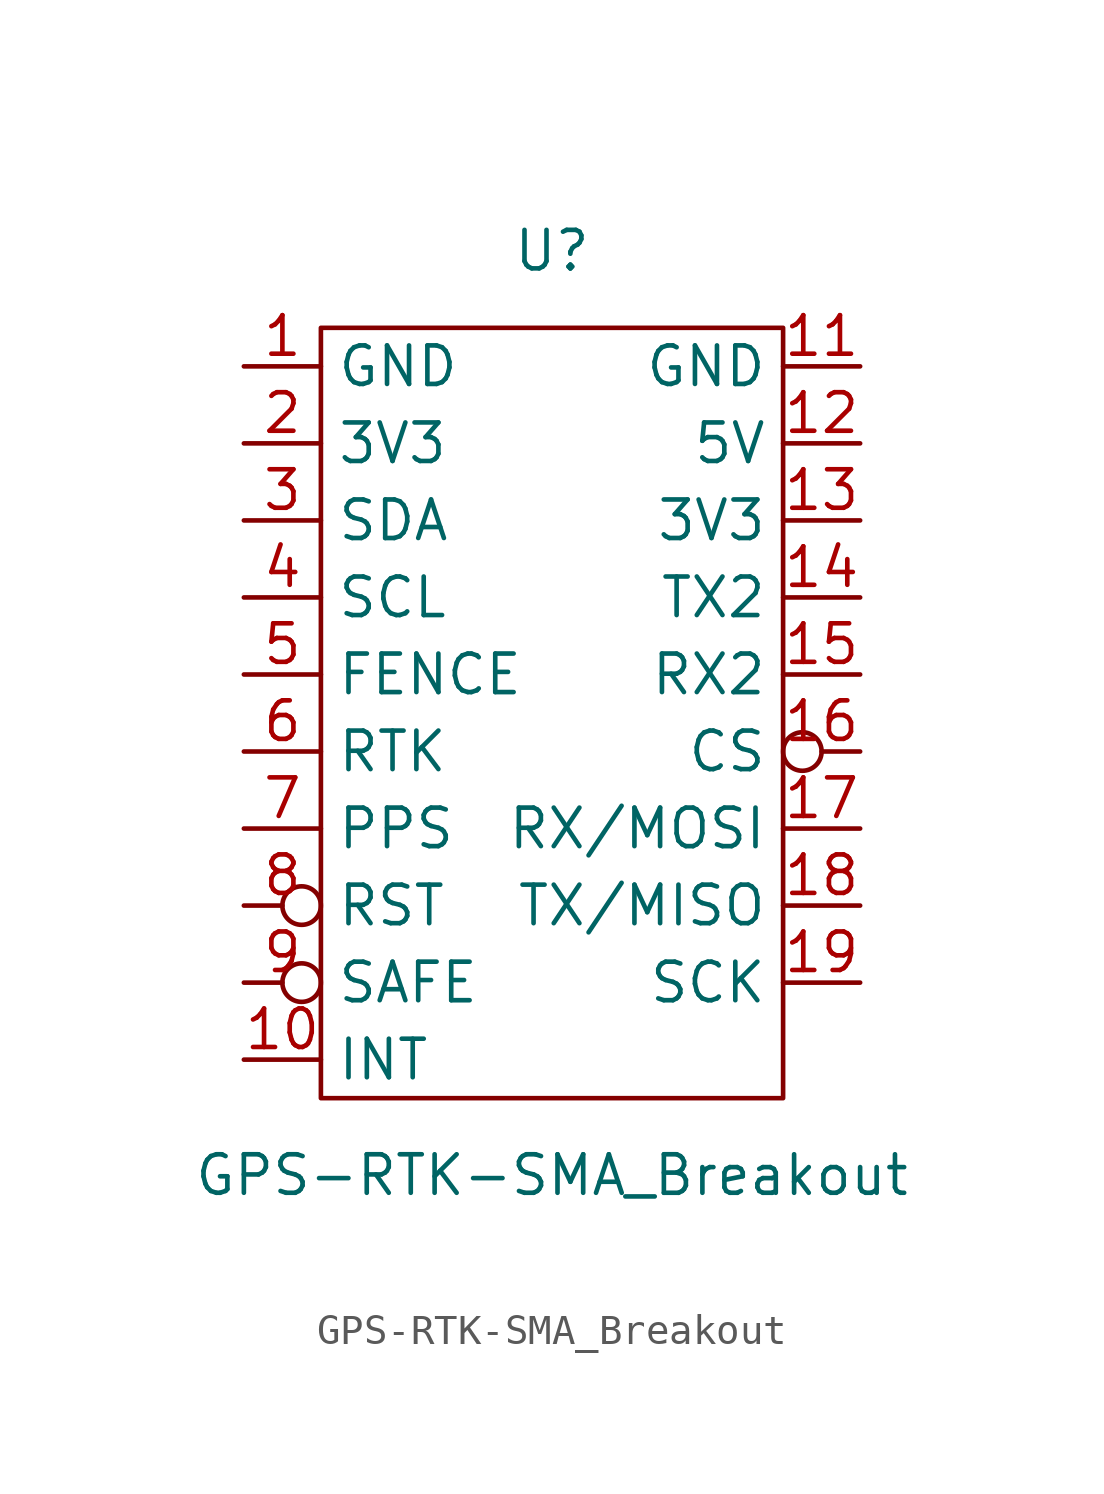
<source format=kicad_sym>
(kicad_symbol_lib
  (version 20211014)
  (generator kicad_symbol_editor)
  (symbol "GPS-RTK-SMA_Breakout"
    (property "Reference" "U"
      (at 0 13.97 0)
      (effects (font (size 1.27 1.27))))
    (property "Value" "GPS-RTK-SMA_Breakout"
      (at 0 -16.51 0)
      (effects (font (size 1.27 1.27))))
    (symbol "GPS-RTK-SMA_Breakout_0_0"
      (pin power_in line (at -10.16 10.16 0) (length 2.54) (name "GND" (effects (font (size 1.27 1.27)))) (number "1" (effects (font (size 1.27 1.27)))))
      (pin bidirectional line (at -10.16 -12.7 0) (length 2.54) (name "INT" (effects (font (size 1.27 1.27)))) (number "10" (effects (font (size 1.27 1.27)))))
      (pin power_in line (at 10.16 10.16 180) (length 2.54) (name "GND" (effects (font (size 1.27 1.27)))) (number "11" (effects (font (size 1.27 1.27)))))
      (pin power_in line (at 10.16 7.62 180) (length 2.54) (name "5V" (effects (font (size 1.27 1.27)))) (number "12" (effects (font (size 1.27 1.27)))))
      (pin power_in line (at 10.16 5.08 180) (length 2.54) (name "3V3" (effects (font (size 1.27 1.27)))) (number "13" (effects (font (size 1.27 1.27)))))
      (pin output line (at 10.16 2.54 180) (length 2.54) (name "TX2" (effects (font (size 1.27 1.27)))) (number "14" (effects (font (size 1.27 1.27)))))
      (pin input line (at 10.16 0 180) (length 2.54) (name "RX2" (effects (font (size 1.27 1.27)))) (number "15" (effects (font (size 1.27 1.27)))))
      (pin input inverted (at 10.16 -2.54 180) (length 2.54) (name "CS" (effects (font (size 1.27 1.27)))) (number "16" (effects (font (size 1.27 1.27)))))
      (pin input line (at 10.16 -5.08 180) (length 2.54) (name "RX/MOSI" (effects (font (size 1.27 1.27)))) (number "17" (effects (font (size 1.27 1.27)))))
      (pin output line (at 10.16 -7.62 180) (length 2.54) (name "TX/MISO" (effects (font (size 1.27 1.27)))) (number "18" (effects (font (size 1.27 1.27)))))
      (pin bidirectional line (at 10.16 -10.16 180) (length 2.54) (name "SCK" (effects (font (size 1.27 1.27)))) (number "19" (effects (font (size 1.27 1.27)))))
      (pin power_in line (at -10.16 7.62 0) (length 2.54) (name "3V3" (effects (font (size 1.27 1.27)))) (number "2" (effects (font (size 1.27 1.27)))))
      (pin bidirectional line (at -10.16 5.08 0) (length 2.54) (name "SDA" (effects (font (size 1.27 1.27)))) (number "3" (effects (font (size 1.27 1.27)))))
      (pin bidirectional line (at -10.16 2.54 0) (length 2.54) (name "SCL" (effects (font (size 1.27 1.27)))) (number "4" (effects (font (size 1.27 1.27)))))
      (pin output line (at -10.16 0 0) (length 2.54) (name "FENCE" (effects (font (size 1.27 1.27)))) (number "5" (effects (font (size 1.27 1.27)))))
      (pin output line (at -10.16 -2.54 0) (length 2.54) (name "RTK" (effects (font (size 1.27 1.27)))) (number "6" (effects (font (size 1.27 1.27)))))
      (pin output line (at -10.16 -5.08 0) (length 2.54) (name "PPS" (effects (font (size 1.27 1.27)))) (number "7" (effects (font (size 1.27 1.27)))))
      (pin input inverted (at -10.16 -7.62 0) (length 2.54) (name "RST" (effects (font (size 1.27 1.27)))) (number "8" (effects (font (size 1.27 1.27)))))
      (pin input inverted (at -10.16 -10.16 0) (length 2.54) (name "SAFE" (effects (font (size 1.27 1.27)))) (number "9" (effects (font (size 1.27 1.27))))))
    (symbol "GPS-RTK-SMA_Breakout_0_1"
      (rectangle (start -7.62 11.43) (end 7.62 -13.97) (stroke (width 0) (type default) (color 0 0 0 0)) (fill (type none))))))
</source>
